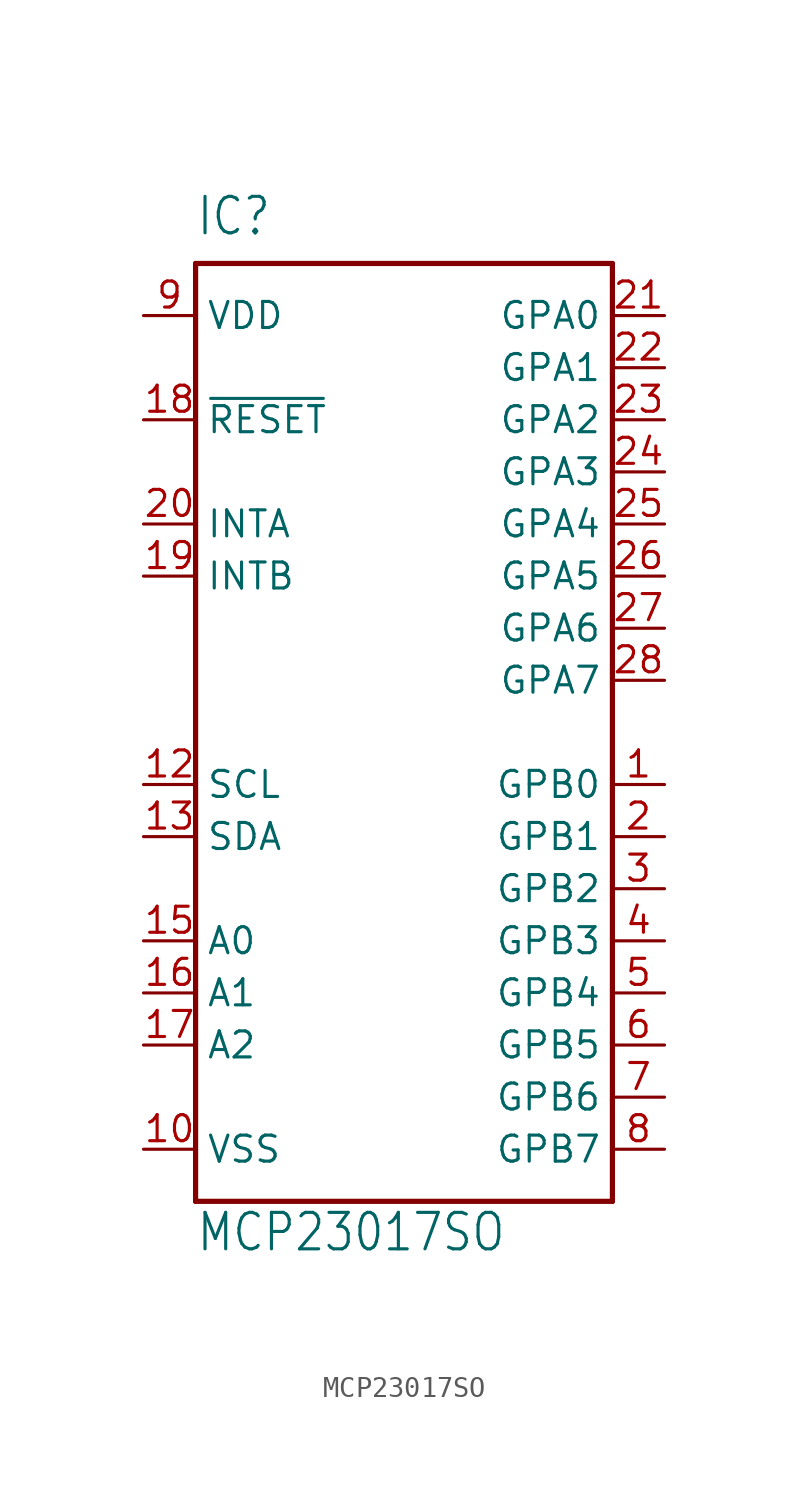
<source format=kicad_sym>
(kicad_symbol_lib
  (version 20211014)
  (generator kicad_symbol_editor)
  (symbol "MCP23017SO"
    (property "Reference" "IC"
      (at -10.16 24.13 0)
      (effects (font (size 1.778 1.511)) (justify left bottom)))
    (property "Value" "MCP23017SO"
      (at -10.16 -25.4 0)
      (effects (font (size 1.778 1.511)) (justify left bottom)))
    (property "ki_locked" ""
      (at 0 0 0)
      (effects (font (size 1.27 1.27))))
    (symbol "MCP23017SO_1_0"
      (polyline (pts (xy -10.16 -22.86) (xy -10.16 22.86)) (stroke (width 0.254) (type default) (color 0 0 0 0)) (fill (type none)))
      (polyline (pts (xy -10.16 22.86) (xy 10.16 22.86)) (stroke (width 0.254) (type default) (color 0 0 0 0)) (fill (type none)))
      (polyline (pts (xy 10.16 -22.86) (xy -10.16 -22.86)) (stroke (width 0.254) (type default) (color 0 0 0 0)) (fill (type none)))
      (polyline (pts (xy 10.16 22.86) (xy 10.16 -22.86)) (stroke (width 0.254) (type default) (color 0 0 0 0)) (fill (type none)))
      (pin bidirectional line (at 12.7 -2.54 180) (length 2.54) (name "GPB0" (effects (font (size 1.27 1.27)))) (number "1" (effects (font (size 1.27 1.27)))))
      (pin power_in line (at -12.7 -20.32 0) (length 2.54) (name "VSS" (effects (font (size 1.27 1.27)))) (number "10" (effects (font (size 1.27 1.27)))))
      (pin input line (at -12.7 -2.54 0) (length 2.54) (name "SCL" (effects (font (size 1.27 1.27)))) (number "12" (effects (font (size 1.27 1.27)))))
      (pin bidirectional line (at -12.7 -5.08 0) (length 2.54) (name "SDA" (effects (font (size 1.27 1.27)))) (number "13" (effects (font (size 1.27 1.27)))))
      (pin input line (at -12.7 -10.16 0) (length 2.54) (name "A0" (effects (font (size 1.27 1.27)))) (number "15" (effects (font (size 1.27 1.27)))))
      (pin input line (at -12.7 -12.7 0) (length 2.54) (name "A1" (effects (font (size 1.27 1.27)))) (number "16" (effects (font (size 1.27 1.27)))))
      (pin input line (at -12.7 -15.24 0) (length 2.54) (name "A2" (effects (font (size 1.27 1.27)))) (number "17" (effects (font (size 1.27 1.27)))))
      (pin input line (at -12.7 15.24 0) (length 2.54) (name "~{RESET}" (effects (font (size 1.27 1.27)))) (number "18" (effects (font (size 1.27 1.27)))))
      (pin output line (at -12.7 7.62 0) (length 2.54) (name "INTB" (effects (font (size 1.27 1.27)))) (number "19" (effects (font (size 1.27 1.27)))))
      (pin bidirectional line (at 12.7 -5.08 180) (length 2.54) (name "GPB1" (effects (font (size 1.27 1.27)))) (number "2" (effects (font (size 1.27 1.27)))))
      (pin output line (at -12.7 10.16 0) (length 2.54) (name "INTA" (effects (font (size 1.27 1.27)))) (number "20" (effects (font (size 1.27 1.27)))))
      (pin bidirectional line (at 12.7 20.32 180) (length 2.54) (name "GPA0" (effects (font (size 1.27 1.27)))) (number "21" (effects (font (size 1.27 1.27)))))
      (pin bidirectional line (at 12.7 17.78 180) (length 2.54) (name "GPA1" (effects (font (size 1.27 1.27)))) (number "22" (effects (font (size 1.27 1.27)))))
      (pin bidirectional line (at 12.7 15.24 180) (length 2.54) (name "GPA2" (effects (font (size 1.27 1.27)))) (number "23" (effects (font (size 1.27 1.27)))))
      (pin bidirectional line (at 12.7 12.7 180) (length 2.54) (name "GPA3" (effects (font (size 1.27 1.27)))) (number "24" (effects (font (size 1.27 1.27)))))
      (pin bidirectional line (at 12.7 10.16 180) (length 2.54) (name "GPA4" (effects (font (size 1.27 1.27)))) (number "25" (effects (font (size 1.27 1.27)))))
      (pin bidirectional line (at 12.7 7.62 180) (length 2.54) (name "GPA5" (effects (font (size 1.27 1.27)))) (number "26" (effects (font (size 1.27 1.27)))))
      (pin bidirectional line (at 12.7 5.08 180) (length 2.54) (name "GPA6" (effects (font (size 1.27 1.27)))) (number "27" (effects (font (size 1.27 1.27)))))
      (pin bidirectional line (at 12.7 2.54 180) (length 2.54) (name "GPA7" (effects (font (size 1.27 1.27)))) (number "28" (effects (font (size 1.27 1.27)))))
      (pin bidirectional line (at 12.7 -7.62 180) (length 2.54) (name "GPB2" (effects (font (size 1.27 1.27)))) (number "3" (effects (font (size 1.27 1.27)))))
      (pin bidirectional line (at 12.7 -10.16 180) (length 2.54) (name "GPB3" (effects (font (size 1.27 1.27)))) (number "4" (effects (font (size 1.27 1.27)))))
      (pin bidirectional line (at 12.7 -12.7 180) (length 2.54) (name "GPB4" (effects (font (size 1.27 1.27)))) (number "5" (effects (font (size 1.27 1.27)))))
      (pin bidirectional line (at 12.7 -15.24 180) (length 2.54) (name "GPB5" (effects (font (size 1.27 1.27)))) (number "6" (effects (font (size 1.27 1.27)))))
      (pin bidirectional line (at 12.7 -17.78 180) (length 2.54) (name "GPB6" (effects (font (size 1.27 1.27)))) (number "7" (effects (font (size 1.27 1.27)))))
      (pin bidirectional line (at 12.7 -20.32 180) (length 2.54) (name "GPB7" (effects (font (size 1.27 1.27)))) (number "8" (effects (font (size 1.27 1.27)))))
      (pin power_in line (at -12.7 20.32 0) (length 2.54) (name "VDD" (effects (font (size 1.27 1.27)))) (number "9" (effects (font (size 1.27 1.27))))))))
</source>
